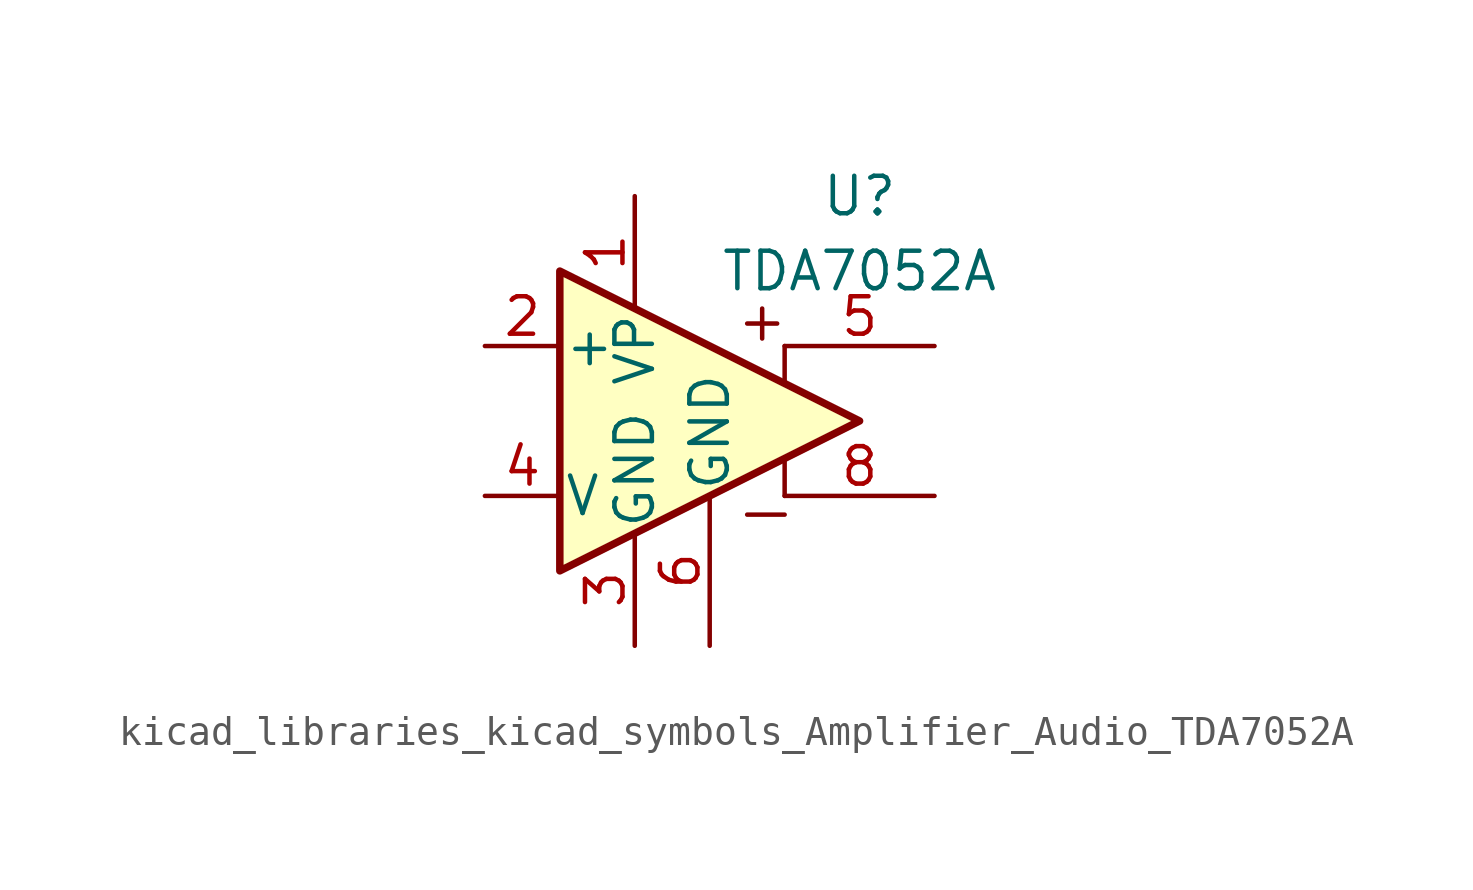
<source format=kicad_sym>
(kicad_symbol_lib
  (version 20220914)
  (generator kicad_symbol_editor)
  (symbol "kicad_libraries_kicad_symbols_Amplifier_Audio_TDA7052A"
    (pin_names
      (offset 0.127))
    (property "Reference" "U"
      (at 5.08 7.62 0)
      (effects (font (size 1.27 1.27))))
    (property "Value" "TDA7052A"
      (at 5.08 5.08 0)
      (effects (font (size 1.27 1.27))))
    (symbol "kicad_libraries_kicad_symbols_Amplifier_Audio_TDA7052A_0_1"
      (polyline (pts (xy 1.27 -3.175) (xy 2.54 -3.175)) (stroke (width 0) (type default)) (fill (type none)))
      (polyline (pts (xy 2.54 -1.27) (xy 2.54 -2.54)) (stroke (width 0) (type default)) (fill (type none)))
      (polyline (pts (xy 2.54 2.54) (xy 2.54 1.27)) (stroke (width 0) (type default)) (fill (type none)))
      (polyline (pts (xy 5.08 0) (xy -5.08 5.08) (xy -5.08 -5.08) (xy 5.08 0)) (stroke (width 0.254) (type default)) (fill (type background))))
    (symbol "kicad_libraries_kicad_symbols_Amplifier_Audio_TDA7052A_1_1"
      (polyline (pts (xy 1.778 3.81) (xy 1.778 2.794)) (stroke (width 0) (type default)) (fill (type none)))
      (polyline (pts (xy 2.286 3.302) (xy 1.27 3.302)) (stroke (width 0) (type default)) (fill (type none)))
      (pin power_in line (at -2.54 7.62 270) (length 3.81) (name "VP" (effects (font (size 1.27 1.27)))) (number "1" (effects (font (size 1.27 1.27)))))
      (pin input line (at -7.62 2.54 0) (length 2.54) (name "+" (effects (font (size 1.27 1.27)))) (number "2" (effects (font (size 1.27 1.27)))))
      (pin power_in line (at -2.54 -7.62 90) (length 3.81) (name "GND" (effects (font (size 1.27 1.27)))) (number "3" (effects (font (size 1.27 1.27)))))
      (pin input line (at -7.62 -2.54 0) (length 2.54) (name "V" (effects (font (size 1.27 1.27)))) (number "4" (effects (font (size 1.27 1.27)))))
      (pin output line (at 7.62 2.54 180) (length 5.08) (name "~" (effects (font (size 1.27 1.27)))) (number "5" (effects (font (size 1.27 1.27)))))
      (pin power_in line (at 0 -7.62 90) (length 5.08) (name "GND" (effects (font (size 1.27 1.27)))) (number "6" (effects (font (size 1.27 1.27)))))
      (pin no_connect line (at 0 2.54 270) (length 2.54) hide (name "NC" (effects (font (size 1.27 1.27)))) (number "7" (effects (font (size 1.27 1.27)))))
      (pin output line (at 7.62 -2.54 180) (length 5.08) (name "~" (effects (font (size 1.27 1.27)))) (number "8" (effects (font (size 1.27 1.27))))))))
</source>
